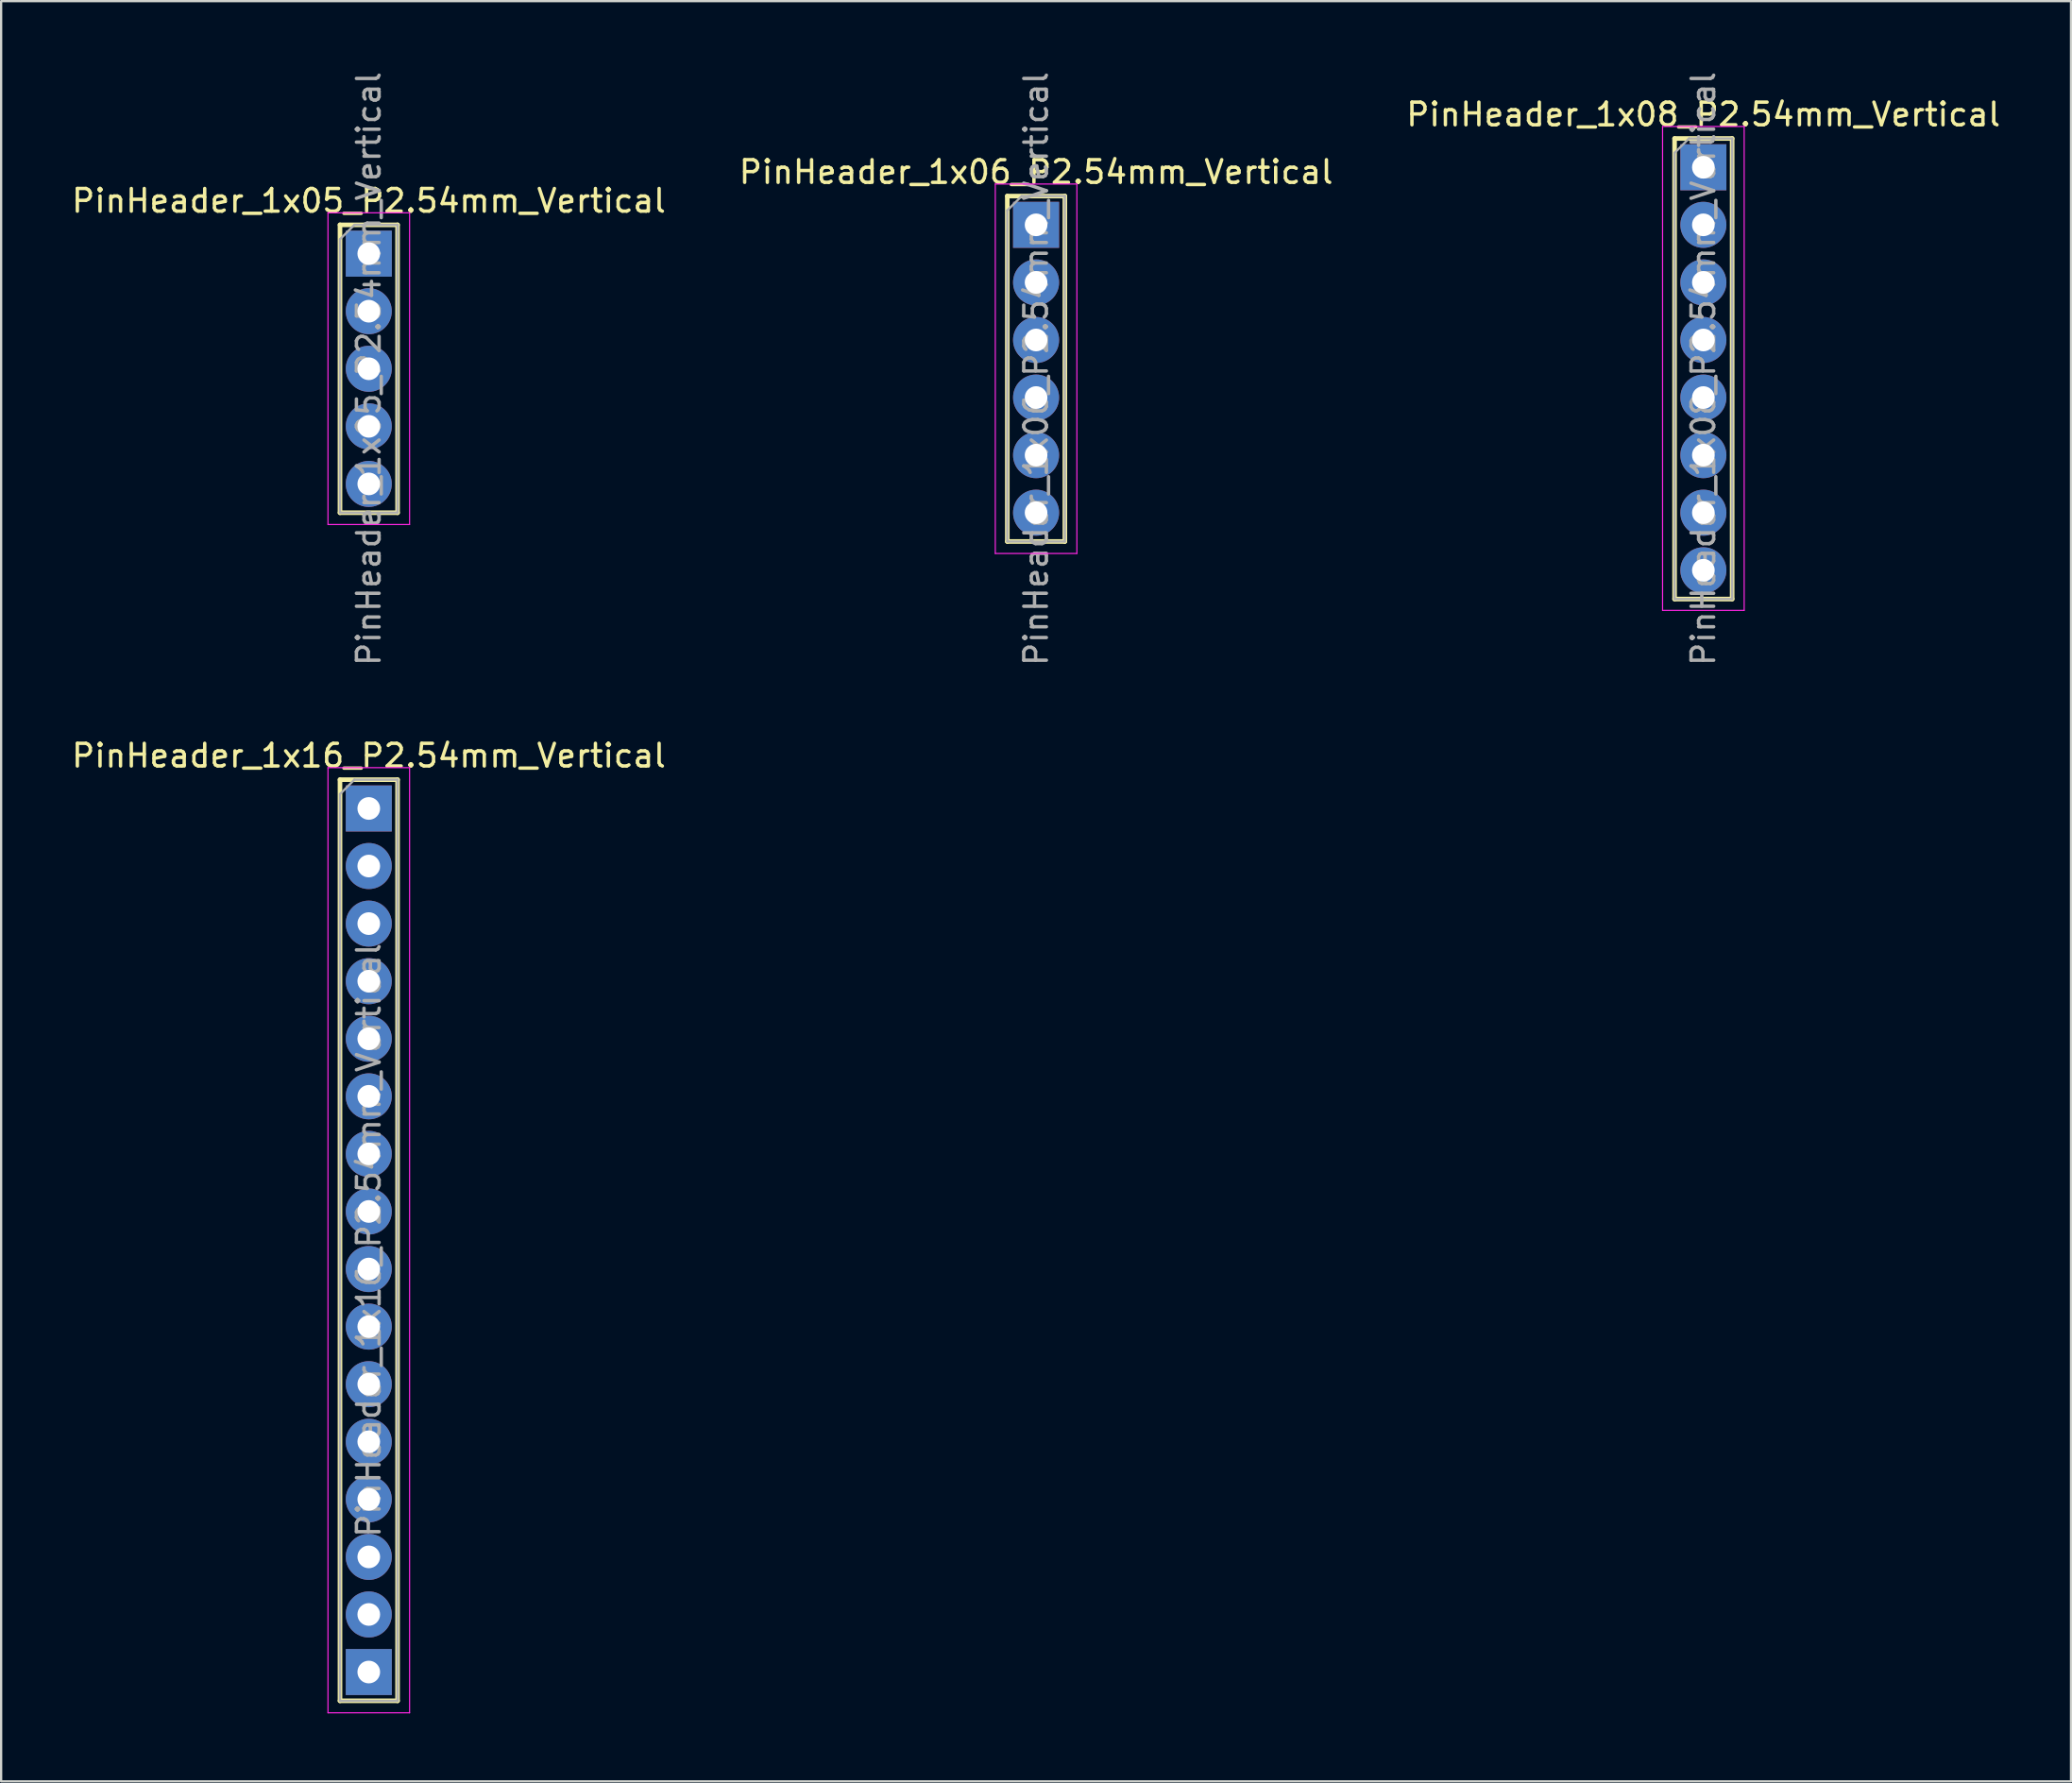
<source format=kicad_pcb>
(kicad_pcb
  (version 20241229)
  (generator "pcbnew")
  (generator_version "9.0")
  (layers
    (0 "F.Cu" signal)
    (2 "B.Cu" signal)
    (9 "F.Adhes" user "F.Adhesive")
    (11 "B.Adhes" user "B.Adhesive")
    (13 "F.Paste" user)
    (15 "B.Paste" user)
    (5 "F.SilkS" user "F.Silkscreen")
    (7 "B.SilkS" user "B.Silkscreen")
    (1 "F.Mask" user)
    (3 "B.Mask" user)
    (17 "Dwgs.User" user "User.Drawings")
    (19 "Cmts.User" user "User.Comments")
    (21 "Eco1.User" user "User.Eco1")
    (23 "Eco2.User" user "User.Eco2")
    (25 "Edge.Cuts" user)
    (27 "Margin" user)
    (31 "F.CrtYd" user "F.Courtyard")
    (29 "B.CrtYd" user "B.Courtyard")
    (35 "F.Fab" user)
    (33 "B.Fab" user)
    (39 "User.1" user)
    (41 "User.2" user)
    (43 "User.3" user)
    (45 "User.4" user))
  (footprint "PinHeader_1x08_P2.54mm_Vertical"
    (layer "F.Cu")
    (at 72.101 4.33)
    (property "Reference" "PinHeader_1x08_P2.54mm_Vertical" (at 0 -2.33 0) (layer "F.SilkS") (effects (font (size 1 1) (thickness 0.15))))
    (attr through_hole)
    (fp_line (start -1.27 -1.27) (end -1.27 19.05) (stroke (width 0.203) (type solid)) (layer "F.SilkS"))
    (fp_line (start -1.27 -1.27) (end 1.27 -1.27) (stroke (width 0.203) (type solid)) (layer "F.SilkS"))
    (fp_line (start -1.27 19.05) (end 1.27 19.05) (stroke (width 0.203) (type solid)) (layer "F.SilkS"))
    (fp_line (start 1.27 -1.27) (end 1.27 19.05) (stroke (width 0.203) (type solid)) (layer "F.SilkS"))
    (fp_line (start -1.8 -1.8) (end -1.8 19.55) (stroke (width 0.05) (type solid)) (layer "F.CrtYd"))
    (fp_line (start -1.8 19.55) (end 1.8 19.55) (stroke (width 0.05) (type solid)) (layer "F.CrtYd"))
    (fp_line (start 1.8 -1.8) (end -1.8 -1.8) (stroke (width 0.05) (type solid)) (layer "F.CrtYd"))
    (fp_line (start 1.8 19.55) (end 1.8 -1.8) (stroke (width 0.05) (type solid)) (layer "F.CrtYd"))
    (fp_line (start -1.27 -0.635) (end -0.635 -1.27) (stroke (width 0.1) (type solid)) (layer "F.Fab"))
    (fp_line (start -1.27 19.05) (end -1.27 -0.635) (stroke (width 0.1) (type solid)) (layer "F.Fab"))
    (fp_line (start -0.635 -1.27) (end 1.27 -1.27) (stroke (width 0.1) (type solid)) (layer "F.Fab"))
    (fp_line (start 1.27 -1.27) (end 1.27 19.05) (stroke (width 0.1) (type solid)) (layer "F.Fab"))
    (fp_line (start 1.27 19.05) (end -1.27 19.05) (stroke (width 0.1) (type solid)) (layer "F.Fab"))
    (fp_text user "${REFERENCE}" (at 0 8.89 90) (layer "F.Fab") (effects (font (size 1 1) (thickness 0.15))))
    (pad "1" thru_hole rect (at 0 0) (size 2.032 2.032) (drill 1) (layers "*.Cu" "*.Mask"))
    (pad "2" thru_hole oval (at 0 2.54) (size 2.032 2.032) (drill 1) (layers "*.Cu" "*.Mask"))
    (pad "3" thru_hole oval (at 0 5.08) (size 2.032 2.032) (drill 1) (layers "*.Cu" "*.Mask"))
    (pad "4" thru_hole oval (at 0 7.62) (size 2.032 2.032) (drill 1) (layers "*.Cu" "*.Mask"))
    (pad "5" thru_hole oval (at 0 10.16) (size 2.032 2.032) (drill 1) (layers "*.Cu" "*.Mask"))
    (pad "6" thru_hole oval (at 0 12.7) (size 2.032 2.032) (drill 1) (layers "*.Cu" "*.Mask"))
    (pad "7" thru_hole oval (at 0 15.24) (size 2.032 2.032) (drill 1) (layers "*.Cu" "*.Mask"))
    (pad "8" thru_hole oval (at 0 17.78) (size 2.032 2.032) (drill 1) (layers "*.Cu" "*.Mask")))
  (footprint "PinHeader_1x16_P2.54mm_Vertical"
    (layer "F.Cu")
    (at 13.22 32.619)
    (property "Reference" "PinHeader_1x16_P2.54mm_Vertical" (at 0 -2.33 0) (layer "F.SilkS") (effects (font (size 1 1) (thickness 0.15))))
    (attr through_hole)
    (fp_line (start -1.27 -1.27) (end -1.27 39.37) (stroke (width 0.203) (type solid)) (layer "F.SilkS"))
    (fp_line (start -1.27 -1.27) (end 1.27 -1.27) (stroke (width 0.203) (type solid)) (layer "F.SilkS"))
    (fp_line (start -1.27 39.37) (end 1.27 39.37) (stroke (width 0.203) (type solid)) (layer "F.SilkS"))
    (fp_line (start 1.27 -1.27) (end 1.27 39.37) (stroke (width 0.203) (type solid)) (layer "F.SilkS"))
    (fp_line (start -1.8 -1.8) (end -1.8 39.9) (stroke (width 0.05) (type solid)) (layer "F.CrtYd"))
    (fp_line (start -1.8 39.9) (end 1.8 39.9) (stroke (width 0.05) (type solid)) (layer "F.CrtYd"))
    (fp_line (start 1.8 -1.8) (end -1.8 -1.8) (stroke (width 0.05) (type solid)) (layer "F.CrtYd"))
    (fp_line (start 1.8 39.9) (end 1.8 -1.8) (stroke (width 0.05) (type solid)) (layer "F.CrtYd"))
    (fp_line (start -1.27 -0.635) (end -0.635 -1.27) (stroke (width 0.1) (type solid)) (layer "F.Fab"))
    (fp_line (start -1.27 39.37) (end -1.27 -0.635) (stroke (width 0.1) (type solid)) (layer "F.Fab"))
    (fp_line (start -0.635 -1.27) (end 1.27 -1.27) (stroke (width 0.1) (type solid)) (layer "F.Fab"))
    (fp_line (start 1.27 -1.27) (end 1.27 39.37) (stroke (width 0.1) (type solid)) (layer "F.Fab"))
    (fp_line (start 1.27 39.37) (end -1.27 39.37) (stroke (width 0.1) (type solid)) (layer "F.Fab"))
    (fp_text user "${REFERENCE}" (at 0 19.05 90) (layer "F.Fab") (effects (font (size 1 1) (thickness 0.15))))
    (pad "1" thru_hole rect (at 0 0) (size 2.032 2.032) (drill 1) (layers "*.Cu" "*.Mask"))
    (pad "2" thru_hole oval (at 0 2.54) (size 2.032 2.032) (drill 1) (layers "*.Cu" "*.Mask"))
    (pad "3" thru_hole oval (at 0 5.08) (size 2.032 2.032) (drill 1) (layers "*.Cu" "*.Mask"))
    (pad "4" thru_hole oval (at 0 7.62) (size 2.032 2.032) (drill 1) (layers "*.Cu" "*.Mask"))
    (pad "5" thru_hole oval (at 0 10.16) (size 2.032 2.032) (drill 1) (layers "*.Cu" "*.Mask"))
    (pad "6" thru_hole oval (at 0 12.7) (size 2.032 2.032) (drill 1) (layers "*.Cu" "*.Mask"))
    (pad "7" thru_hole oval (at 0 15.24) (size 2.032 2.032) (drill 1) (layers "*.Cu" "*.Mask"))
    (pad "8" thru_hole oval (at 0 17.78) (size 2.032 2.032) (drill 1) (layers "*.Cu" "*.Mask"))
    (pad "9" thru_hole oval (at 0 20.32) (size 2.032 2.032) (drill 1) (layers "*.Cu" "*.Mask"))
    (pad "10" thru_hole oval (at 0 22.86) (size 2.032 2.032) (drill 1) (layers "*.Cu" "*.Mask"))
    (pad "11" thru_hole oval (at 0 25.4) (size 2.032 2.032) (drill 1) (layers "*.Cu" "*.Mask"))
    (pad "12" thru_hole oval (at 0 27.94) (size 2.032 2.032) (drill 1) (layers "*.Cu" "*.Mask"))
    (pad "13" thru_hole oval (at 0 30.48) (size 2.032 2.032) (drill 1) (layers "*.Cu" "*.Mask"))
    (pad "14" thru_hole oval (at 0 33.02) (size 2.032 2.032) (drill 1) (layers "*.Cu" "*.Mask"))
    (pad "15" thru_hole oval (at 0 35.56) (size 2.032 2.032) (drill 1) (layers "*.Cu" "*.Mask"))
    (pad "16" thru_hole rect (at 0 38.1) (size 2.032 2.032) (drill 1) (layers "*.Cu" "*.Mask")))
  (footprint "PinHeader_1x05_P2.54mm_Vertical"
    (layer "F.Cu")
    (at 13.22 8.14)
    (property "Reference" "PinHeader_1x05_P2.54mm_Vertical" (at 0 -2.33 0) (layer "F.SilkS") (effects (font (size 1 1) (thickness 0.15))))
    (attr through_hole)
    (fp_line (start -1.27 -1.27) (end 1.27 -1.27) (stroke (width 0.203) (type solid)) (layer "F.SilkS"))
    (fp_line (start -1.27 11.43) (end -1.27 -1.27) (stroke (width 0.203) (type solid)) (layer "F.SilkS"))
    (fp_line (start -1.27 11.43) (end 1.27 11.43) (stroke (width 0.203) (type solid)) (layer "F.SilkS"))
    (fp_line (start 1.27 -1.27) (end 1.27 11.43) (stroke (width 0.203) (type solid)) (layer "F.SilkS"))
    (fp_line (start -1.8 -1.8) (end -1.8 11.95) (stroke (width 0.05) (type solid)) (layer "F.CrtYd"))
    (fp_line (start -1.8 11.95) (end 1.8 11.95) (stroke (width 0.05) (type solid)) (layer "F.CrtYd"))
    (fp_line (start 1.8 -1.8) (end -1.8 -1.8) (stroke (width 0.05) (type solid)) (layer "F.CrtYd"))
    (fp_line (start 1.8 11.95) (end 1.8 -1.8) (stroke (width 0.05) (type solid)) (layer "F.CrtYd"))
    (fp_line (start -1.27 -0.635) (end -0.635 -1.27) (stroke (width 0.1) (type solid)) (layer "F.Fab"))
    (fp_line (start -1.27 11.43) (end -1.27 -0.635) (stroke (width 0.1) (type solid)) (layer "F.Fab"))
    (fp_line (start -0.635 -1.27) (end 1.27 -1.27) (stroke (width 0.1) (type solid)) (layer "F.Fab"))
    (fp_line (start 1.27 -1.27) (end 1.27 11.43) (stroke (width 0.1) (type solid)) (layer "F.Fab"))
    (fp_line (start 1.27 11.43) (end -1.27 11.43) (stroke (width 0.1) (type solid)) (layer "F.Fab"))
    (fp_text user "${REFERENCE}" (at 0 5.08 270) (layer "F.Fab") (effects (font (size 1 1) (thickness 0.15))))
    (pad "1" thru_hole rect (at 0 0) (size 2.032 2.032) (drill 1) (layers "*.Cu" "*.Mask"))
    (pad "2" thru_hole oval (at 0 2.54) (size 2.032 2.032) (drill 1) (layers "*.Cu" "*.Mask"))
    (pad "3" thru_hole oval (at 0 5.08) (size 2.032 2.032) (drill 1) (layers "*.Cu" "*.Mask"))
    (pad "4" thru_hole oval (at 0 7.62) (size 2.032 2.032) (drill 1) (layers "*.Cu" "*.Mask"))
    (pad "5" thru_hole oval (at 0 10.16) (size 2.032 2.032) (drill 1) (layers "*.Cu" "*.Mask")))
  (footprint "PinHeader_1x06_P2.54mm_Vertical"
    (layer "F.Cu")
    (at 42.661 6.87)
    (property "Reference" "PinHeader_1x06_P2.54mm_Vertical" (at 0 -2.33 180) (layer "F.SilkS") (effects (font (size 1 1) (thickness 0.15))))
    (attr through_hole)
    (fp_line (start -1.27 -1.27) (end 1.27 -1.27) (stroke (width 0.203) (type solid)) (layer "F.SilkS"))
    (fp_line (start -1.27 13.97) (end -1.27 -1.27) (stroke (width 0.203) (type solid)) (layer "F.SilkS"))
    (fp_line (start -1.27 13.97) (end 1.27 13.97) (stroke (width 0.203) (type solid)) (layer "F.SilkS"))
    (fp_line (start 1.27 -1.27) (end 1.27 13.97) (stroke (width 0.203) (type solid)) (layer "F.SilkS"))
    (fp_line (start -1.8 -1.8) (end -1.8 14.5) (stroke (width 0.05) (type solid)) (layer "F.CrtYd"))
    (fp_line (start -1.8 14.5) (end 1.8 14.5) (stroke (width 0.05) (type solid)) (layer "F.CrtYd"))
    (fp_line (start 1.8 -1.8) (end -1.8 -1.8) (stroke (width 0.05) (type solid)) (layer "F.CrtYd"))
    (fp_line (start 1.8 14.5) (end 1.8 -1.8) (stroke (width 0.05) (type solid)) (layer "F.CrtYd"))
    (fp_line (start -1.27 -0.635) (end -0.635 -1.27) (stroke (width 0.1) (type solid)) (layer "F.Fab"))
    (fp_line (start -1.27 13.97) (end -1.27 -0.635) (stroke (width 0.1) (type solid)) (layer "F.Fab"))
    (fp_line (start -0.635 -1.27) (end 1.27 -1.27) (stroke (width 0.1) (type solid)) (layer "F.Fab"))
    (fp_line (start 1.27 -1.27) (end 1.27 13.97) (stroke (width 0.1) (type solid)) (layer "F.Fab"))
    (fp_line (start 1.27 13.97) (end -1.27 13.97) (stroke (width 0.1) (type solid)) (layer "F.Fab"))
    (fp_text user "${REFERENCE}" (at 0 6.35 90) (layer "F.Fab") (effects (font (size 1 1) (thickness 0.15))))
    (pad "1" thru_hole rect (at 0 0) (size 2.032 2.032) (drill 1) (layers "*.Cu" "*.Mask"))
    (pad "2" thru_hole oval (at 0 2.54) (size 2.032 2.032) (drill 1) (layers "*.Cu" "*.Mask"))
    (pad "3" thru_hole oval (at 0 5.08) (size 2.032 2.032) (drill 1) (layers "*.Cu" "*.Mask"))
    (pad "4" thru_hole oval (at 0 7.62) (size 2.032 2.032) (drill 1) (layers "*.Cu" "*.Mask"))
    (pad "5" thru_hole oval (at 0 10.16) (size 2.032 2.032) (drill 1) (layers "*.Cu" "*.Mask"))
    (pad "6" thru_hole oval (at 0 12.7) (size 2.032 2.032) (drill 1) (layers "*.Cu" "*.Mask")))
  (gr_rect
    (start -3 -3)
    (end 88.321 75.544)
    (stroke (width 0.1) (type default))
    (fill no)
    (layer "Edge.Cuts")))
</source>
